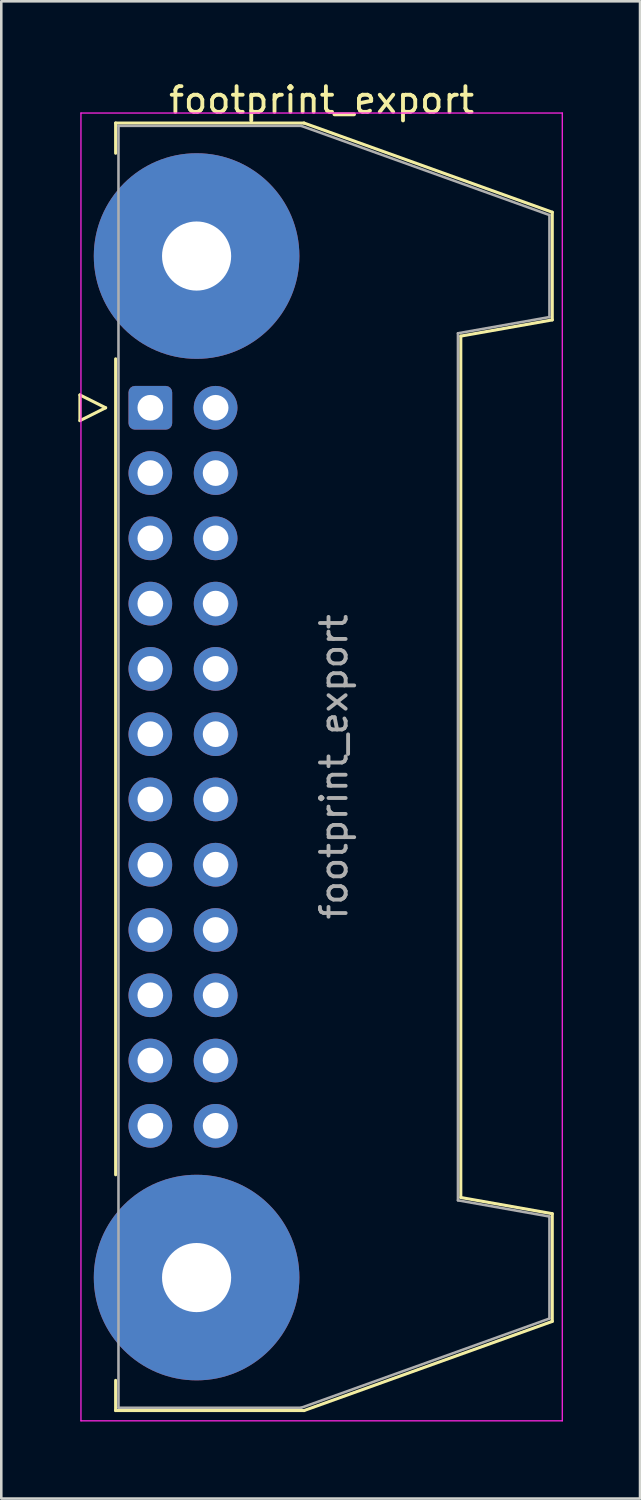
<source format=kicad_pcb>
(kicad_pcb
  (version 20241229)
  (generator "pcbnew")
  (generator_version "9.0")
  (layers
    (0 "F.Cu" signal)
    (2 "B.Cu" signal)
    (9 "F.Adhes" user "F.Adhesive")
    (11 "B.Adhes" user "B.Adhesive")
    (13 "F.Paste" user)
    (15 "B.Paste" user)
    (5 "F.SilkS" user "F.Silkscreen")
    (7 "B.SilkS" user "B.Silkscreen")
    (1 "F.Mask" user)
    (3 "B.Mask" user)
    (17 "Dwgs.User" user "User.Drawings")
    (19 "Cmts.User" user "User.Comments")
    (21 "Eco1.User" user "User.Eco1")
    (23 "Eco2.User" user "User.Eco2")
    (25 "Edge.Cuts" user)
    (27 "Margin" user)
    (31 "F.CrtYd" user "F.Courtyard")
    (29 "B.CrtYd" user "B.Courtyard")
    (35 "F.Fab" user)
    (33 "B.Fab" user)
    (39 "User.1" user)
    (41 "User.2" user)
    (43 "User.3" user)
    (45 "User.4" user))
  (footprint "footprint_export"
    (layer "F.Cu")
    (at 2.8 12.818)
    (property "Reference" "footprint_export" (at 6.665 -11.97 0) (layer "F.SilkS") (effects (font (size 1 1) (thickness 0.15))))
    (attr through_hole)
    (fp_line (start -2.74 -0.5) (end -2.74 0.5) (stroke (width 0.12) (type solid)) (layer "F.SilkS"))
    (fp_line (start -2.74 0.5) (end -1.74 0) (stroke (width 0.12) (type solid)) (layer "F.SilkS"))
    (fp_line (start -1.74 0) (end -2.74 -0.5) (stroke (width 0.12) (type solid)) (layer "F.SilkS"))
    (fp_line (start -1.35 -11.08) (end -1.35 -9.905) (stroke (width 0.12) (type solid)) (layer "F.SilkS"))
    (fp_line (start -1.35 -11.08) (end 5.98 -11.08) (stroke (width 0.12) (type solid)) (layer "F.SilkS"))
    (fp_line (start -1.35 -1.905) (end -1.35 29.845) (stroke (width 0.12) (type solid)) (layer "F.SilkS"))
    (fp_line (start -1.35 37.845) (end -1.35 39.02) (stroke (width 0.12) (type solid)) (layer "F.SilkS"))
    (fp_line (start 5.98 -11.08) (end 15.64 -7.61) (stroke (width 0.12) (type solid)) (layer "F.SilkS"))
    (fp_line (start 5.98 39.02) (end -1.35 39.02) (stroke (width 0.12) (type solid)) (layer "F.SilkS"))
    (fp_line (start 12.08 -2.79) (end 12.08 30.73) (stroke (width 0.12) (type solid)) (layer "F.SilkS"))
    (fp_line (start 12.08 30.73) (end 15.64 31.36) (stroke (width 0.12) (type solid)) (layer "F.SilkS"))
    (fp_line (start 15.64 -7.61) (end 15.64 -3.42) (stroke (width 0.12) (type solid)) (layer "F.SilkS"))
    (fp_line (start 15.64 -3.42) (end 12.08 -2.79) (stroke (width 0.12) (type solid)) (layer "F.SilkS"))
    (fp_line (start 15.64 31.36) (end 15.64 35.55) (stroke (width 0.12) (type solid)) (layer "F.SilkS"))
    (fp_line (start 15.64 35.55) (end 5.98 39.02) (stroke (width 0.12) (type solid)) (layer "F.SilkS"))
    (fp_line (start -2.7 -11.47) (end -2.7 39.42) (stroke (width 0.05) (type solid)) (layer "F.CrtYd"))
    (fp_line (start -2.7 39.42) (end 16.03 39.42) (stroke (width 0.05) (type solid)) (layer "F.CrtYd"))
    (fp_line (start 16.03 -11.47) (end -2.7 -11.47) (stroke (width 0.05) (type solid)) (layer "F.CrtYd"))
    (fp_line (start 16.03 39.42) (end 16.03 -11.47) (stroke (width 0.05) (type solid)) (layer "F.CrtYd"))
    (fp_line (start -1.24 -10.97) (end 5.87 -10.97) (stroke (width 0.1) (type solid)) (layer "F.Fab"))
    (fp_line (start -1.24 38.91) (end -1.24 -10.97) (stroke (width 0.1) (type solid)) (layer "F.Fab"))
    (fp_line (start 5.87 -10.97) (end 15.53 -7.5) (stroke (width 0.1) (type solid)) (layer "F.Fab"))
    (fp_line (start 5.87 38.91) (end -1.24 38.91) (stroke (width 0.1) (type solid)) (layer "F.Fab"))
    (fp_line (start 11.97 -2.9) (end 11.97 30.84) (stroke (width 0.1) (type solid)) (layer "F.Fab"))
    (fp_line (start 11.97 30.84) (end 15.53 31.47) (stroke (width 0.1) (type solid)) (layer "F.Fab"))
    (fp_line (start 15.53 -7.5) (end 15.53 -3.53) (stroke (width 0.1) (type solid)) (layer "F.Fab"))
    (fp_line (start 15.53 -3.53) (end 11.97 -2.9) (stroke (width 0.1) (type solid)) (layer "F.Fab"))
    (fp_line (start 15.53 31.47) (end 15.53 35.44) (stroke (width 0.1) (type solid)) (layer "F.Fab"))
    (fp_line (start 15.53 35.44) (end 5.87 38.91) (stroke (width 0.1) (type solid)) (layer "F.Fab"))
    (fp_text user "${REFERENCE}" (at 7.145 13.97 90) (layer "F.Fab") (effects (font (size 1 1) (thickness 0.15))))
    (pad "1" thru_hole roundrect (at 0 0) (size 1.7 1.7) (drill 1) (layers "*.Cu" "*.Mask") (roundrect_rratio 0.147))
    (pad "2" thru_hole circle (at 2.54 0) (size 1.7 1.7) (drill 1) (layers "*.Cu" "*.Mask"))
    (pad "3" thru_hole circle (at 0 2.54) (size 1.7 1.7) (drill 1) (layers "*.Cu" "*.Mask"))
    (pad "4" thru_hole circle (at 2.54 2.54) (size 1.7 1.7) (drill 1) (layers "*.Cu" "*.Mask"))
    (pad "5" thru_hole circle (at 0 5.08) (size 1.7 1.7) (drill 1) (layers "*.Cu" "*.Mask"))
    (pad "6" thru_hole circle (at 2.54 5.08) (size 1.7 1.7) (drill 1) (layers "*.Cu" "*.Mask"))
    (pad "7" thru_hole circle (at 0 7.62) (size 1.7 1.7) (drill 1) (layers "*.Cu" "*.Mask"))
    (pad "8" thru_hole circle (at 2.54 7.62) (size 1.7 1.7) (drill 1) (layers "*.Cu" "*.Mask"))
    (pad "9" thru_hole circle (at 0 10.16) (size 1.7 1.7) (drill 1) (layers "*.Cu" "*.Mask"))
    (pad "10" thru_hole circle (at 2.54 10.16) (size 1.7 1.7) (drill 1) (layers "*.Cu" "*.Mask"))
    (pad "11" thru_hole circle (at 0 12.7) (size 1.7 1.7) (drill 1) (layers "*.Cu" "*.Mask"))
    (pad "12" thru_hole circle (at 2.54 12.7) (size 1.7 1.7) (drill 1) (layers "*.Cu" "*.Mask"))
    (pad "13" thru_hole circle (at 0 15.24) (size 1.7 1.7) (drill 1) (layers "*.Cu" "*.Mask"))
    (pad "14" thru_hole circle (at 2.54 15.24) (size 1.7 1.7) (drill 1) (layers "*.Cu" "*.Mask"))
    (pad "15" thru_hole circle (at 0 17.78) (size 1.7 1.7) (drill 1) (layers "*.Cu" "*.Mask"))
    (pad "16" thru_hole circle (at 2.54 17.78) (size 1.7 1.7) (drill 1) (layers "*.Cu" "*.Mask"))
    (pad "17" thru_hole circle (at 0 20.32) (size 1.7 1.7) (drill 1) (layers "*.Cu" "*.Mask"))
    (pad "18" thru_hole circle (at 2.54 20.32) (size 1.7 1.7) (drill 1) (layers "*.Cu" "*.Mask"))
    (pad "19" thru_hole circle (at 0 22.86) (size 1.7 1.7) (drill 1) (layers "*.Cu" "*.Mask"))
    (pad "20" thru_hole circle (at 2.54 22.86) (size 1.7 1.7) (drill 1) (layers "*.Cu" "*.Mask"))
    (pad "21" thru_hole circle (at 0 25.4) (size 1.7 1.7) (drill 1) (layers "*.Cu" "*.Mask"))
    (pad "22" thru_hole circle (at 2.54 25.4) (size 1.7 1.7) (drill 1) (layers "*.Cu" "*.Mask"))
    (pad "23" thru_hole circle (at 0 27.94) (size 1.7 1.7) (drill 1) (layers "*.Cu" "*.Mask"))
    (pad "24" thru_hole circle (at 2.54 27.94) (size 1.7 1.7) (drill 1) (layers "*.Cu" "*.Mask"))
    (pad "MP" thru_hole circle (at 1.8 -5.905) (size 8 8) (drill 2.69) (layers "*.Cu" "*.Mask"))
    (pad "MP" thru_hole circle (at 1.8 33.845) (size 8 8) (drill 2.69) (layers "*.Cu" "*.Mask")))
  (gr_rect
    (start -3 -3)
    (end 21.855 55.263)
    (stroke (width 0.1) (type default))
    (fill no)
    (layer "Edge.Cuts")))
</source>
